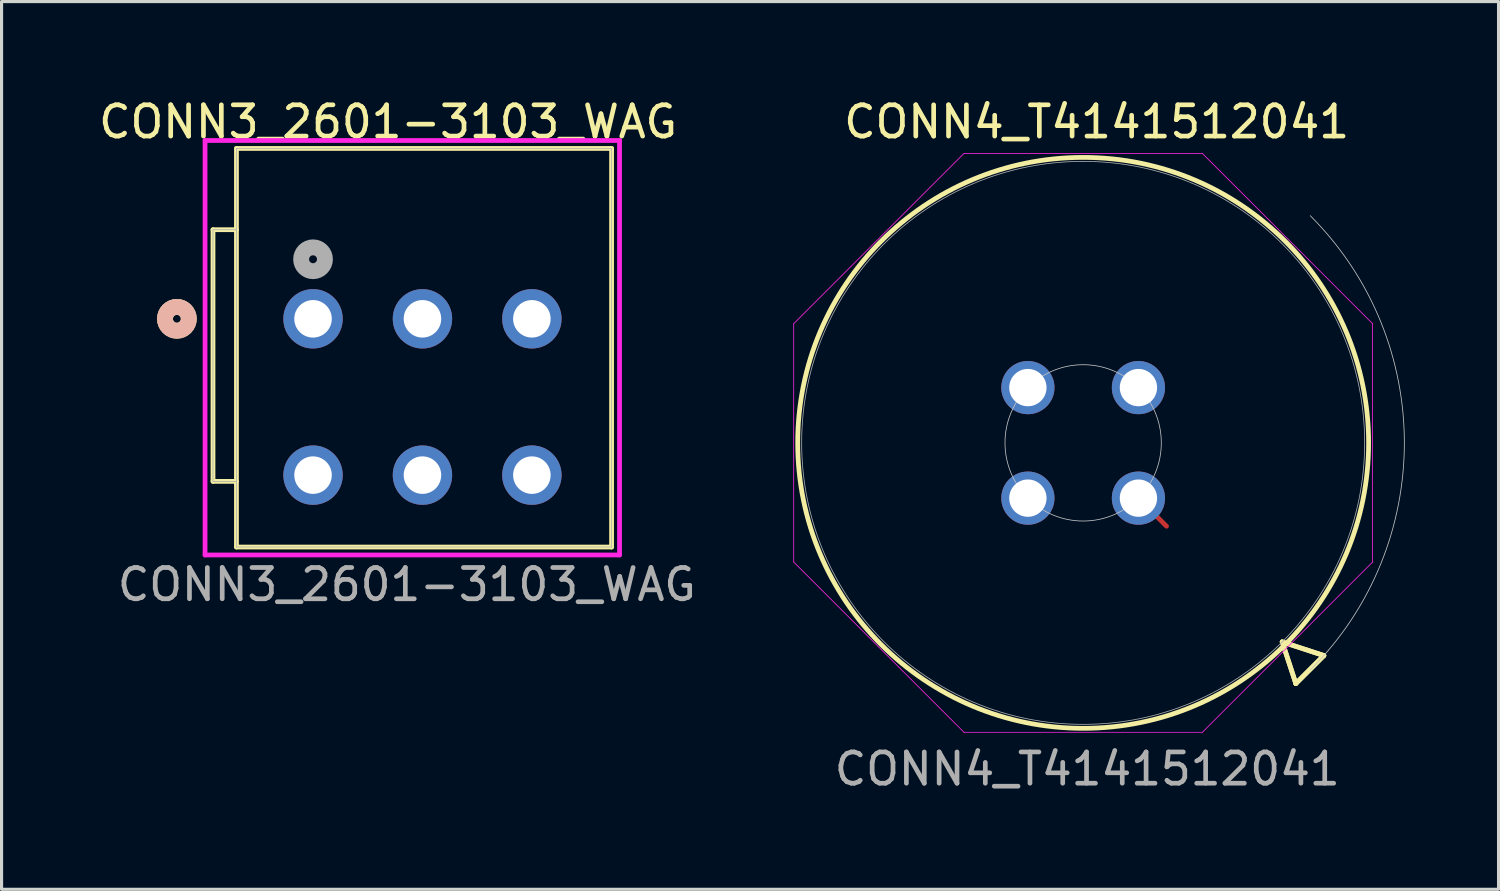
<source format=kicad_pcb>
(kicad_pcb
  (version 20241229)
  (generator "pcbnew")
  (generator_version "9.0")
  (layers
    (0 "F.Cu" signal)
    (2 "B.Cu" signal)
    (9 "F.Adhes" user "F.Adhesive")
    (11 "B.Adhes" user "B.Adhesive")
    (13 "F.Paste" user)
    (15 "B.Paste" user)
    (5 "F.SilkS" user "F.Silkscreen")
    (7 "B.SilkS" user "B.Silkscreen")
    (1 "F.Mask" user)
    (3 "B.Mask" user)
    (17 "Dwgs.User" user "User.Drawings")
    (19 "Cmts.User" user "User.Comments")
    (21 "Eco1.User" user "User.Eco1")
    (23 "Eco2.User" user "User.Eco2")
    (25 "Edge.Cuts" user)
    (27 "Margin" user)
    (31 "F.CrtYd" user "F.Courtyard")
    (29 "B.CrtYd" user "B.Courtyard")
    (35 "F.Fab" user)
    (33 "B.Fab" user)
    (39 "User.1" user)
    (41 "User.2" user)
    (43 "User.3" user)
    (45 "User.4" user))
  (footprint "CONN3_2601-3103_WAG"
    (layer "F.Cu")
    (at 6.963 7.148)
    (property "Reference" "CONN3_2601-3103_WAG" (at 2.4 -6.3 0) (unlocked yes) (layer "F.SilkS") (effects (font (size 1 1) (thickness 0.15))))
    (attr through_hole)
    (fp_line (start -3.2 5.2) (end -3.2 -2.85) (stroke (width 0.152) (type solid)) (layer "F.SilkS"))
    (fp_line (start -2.45 -5.45) (end 9.55 -5.45) (stroke (width 0.152) (type solid)) (layer "F.SilkS"))
    (fp_line (start -2.45 7.3) (end -2.45 -5.45) (stroke (width 0.152) (type solid)) (layer "F.SilkS"))
    (fp_line (start -2.45 7.3) (end 9.55 7.3) (stroke (width 0.152) (type solid)) (layer "F.SilkS"))
    (fp_line (start -2.45 -2.85) (end -3.2 -2.85) (stroke (width 0.152) (type solid)) (layer "F.SilkS"))
    (fp_line (start -2.45 5.2) (end -3.2 5.2) (stroke (width 0.152) (type solid)) (layer "F.SilkS"))
    (fp_line (start 9.55 -5.45) (end 9.55 7.3) (stroke (width 0.152) (type solid)) (layer "F.SilkS"))
    (fp_circle (center -4.355 0) (end -3.974 0) (stroke (width 0.508) (type solid)) (fill no) (layer "F.SilkS"))
    (fp_circle (center -4.355 0) (end -3.974 0) (stroke (width 0.508) (type solid)) (fill no) (layer "B.SilkS"))
    (fp_line (start -3.454 -5.704) (end -3.454 7.554) (stroke (width 0.152) (type solid)) (layer "F.CrtYd"))
    (fp_line (start -3.454 7.554) (end 9.804 7.554) (stroke (width 0.152) (type solid)) (layer "F.CrtYd"))
    (fp_line (start 9.804 -5.704) (end -3.454 -5.704) (stroke (width 0.152) (type solid)) (layer "F.CrtYd"))
    (fp_line (start 9.804 7.554) (end 9.804 -5.704) (stroke (width 0.152) (type solid)) (layer "F.CrtYd"))
    (fp_line (start -3.2 5.2) (end -3.2 -2.85) (stroke (width 0.025) (type solid)) (layer "F.Fab"))
    (fp_line (start -2.45 -5.45) (end 9.55 -5.45) (stroke (width 0.025) (type solid)) (layer "F.Fab"))
    (fp_line (start -2.45 7.3) (end -2.45 -5.45) (stroke (width 0.025) (type solid)) (layer "F.Fab"))
    (fp_line (start -2.45 7.3) (end 9.55 7.3) (stroke (width 0.025) (type solid)) (layer "F.Fab"))
    (fp_line (start -2.45 -2.85) (end -3.2 -2.85) (stroke (width 0.025) (type solid)) (layer "F.Fab"))
    (fp_line (start -2.45 5.2) (end -3.2 5.2) (stroke (width 0.025) (type solid)) (layer "F.Fab"))
    (fp_line (start 9.55 -5.45) (end 9.55 7.3) (stroke (width 0.025) (type solid)) (layer "F.Fab"))
    (fp_circle (center 0 -1.905) (end 0.381 -1.905) (stroke (width 0.508) (type solid)) (fill no) (layer "F.Fab"))
    (fp_text user "${REFERENCE}" (at 3 8.5 0) (unlocked yes) (layer "F.Fab") (effects (font (size 1 1) (thickness 0.15))))
    (pad "1" thru_hole circle (at 0 0) (size 1.9 1.9) (drill 1.2) (layers "*.Cu" "*.Mask"))
    (pad "2" thru_hole circle (at 0 5) (size 1.9 1.9) (drill 1.2) (layers "*.Cu" "*.Mask"))
    (pad "3" thru_hole circle (at 3.5 0) (size 1.9 1.9) (drill 1.2) (layers "*.Cu" "*.Mask"))
    (pad "4" thru_hole circle (at 3.5 5) (size 1.9 1.9) (drill 1.2) (layers "*.Cu" "*.Mask"))
    (pad "5" thru_hole circle (at 7 0) (size 1.9 1.9) (drill 1.2) (layers "*.Cu" "*.Mask"))
    (pad "6" thru_hole circle (at 7 5) (size 1.9 1.9) (drill 1.2) (layers "*.Cu" "*.Mask")))
  (footprint "CONN4_T4141512041"
    (layer "F.Cu")
    (at 29.829 9.348)
    (property "Reference" "CONN4_T4141512041" (at 2.2 -8.5 0) (unlocked yes) (layer "F.SilkS") (effects (font (size 1 1) (thickness 0.15))))
    (attr through_hole)
    (fp_line (start 3.536 3.536) (end 4.434 4.434) (stroke (width 0.152) (type solid)) (layer "F.Cu"))
    (fp_line (start 8.135 8.135) (end 9.467 8.571) (stroke (width 0.152) (type solid)) (layer "F.SilkS"))
    (fp_line (start 8.135 8.135) (end 9.467 8.571) (stroke (width 0.152) (type solid)) (layer "F.SilkS"))
    (fp_line (start 8.571 9.467) (end 8.135 8.135) (stroke (width 0.152) (type solid)) (layer "F.SilkS"))
    (fp_line (start 8.571 9.467) (end 8.135 8.135) (stroke (width 0.152) (type solid)) (layer "F.SilkS"))
    (fp_line (start 9.467 8.571) (end 8.571 9.467) (stroke (width 0.152) (type solid)) (layer "F.SilkS"))
    (fp_line (start 9.467 8.571) (end 8.571 9.467) (stroke (width 0.152) (type solid)) (layer "F.SilkS"))
    (fp_circle (center 1.768 1.768) (end 10.899 1.768) (stroke (width 0.152) (type solid)) (fill no) (layer "F.SilkS"))
    (fp_arc (start 9.032794 -5.49726) (mid 12.042067 1.767767) (end 9.032794 9.032794) (stroke (width 0.0254) (type solid)) (layer "Dwgs.User"))
    (fp_circle (center 1.768 1.768) (end 4.268 1.768) (stroke (width 0.025) (type solid)) (fill no) (layer "Dwgs.User"))
    (fp_line (start -7.491 -2.044) (end -2.044 -7.491) (stroke (width 0.025) (type solid)) (layer "F.CrtYd"))
    (fp_line (start -7.491 5.58) (end -7.491 -2.044) (stroke (width 0.025) (type solid)) (layer "F.CrtYd"))
    (fp_line (start -2.044 -7.491) (end 5.58 -7.491) (stroke (width 0.025) (type solid)) (layer "F.CrtYd"))
    (fp_line (start -2.044 11.026) (end -7.491 5.58) (stroke (width 0.025) (type solid)) (layer "F.CrtYd"))
    (fp_line (start 5.58 -7.491) (end 11.026 -2.044) (stroke (width 0.025) (type solid)) (layer "F.CrtYd"))
    (fp_line (start 5.58 11.026) (end -2.044 11.026) (stroke (width 0.025) (type solid)) (layer "F.CrtYd"))
    (fp_line (start 11.026 -2.044) (end 11.026 5.58) (stroke (width 0.025) (type solid)) (layer "F.CrtYd"))
    (fp_line (start 11.026 5.58) (end 5.58 11.026) (stroke (width 0.025) (type solid)) (layer "F.CrtYd"))
    (fp_circle (center 1.768 1.768) (end 10.772 1.768) (stroke (width 0.025) (type solid)) (fill no) (layer "F.Fab"))
    (fp_text user "${REFERENCE}" (at 1.9 12.2 0) (unlocked yes) (layer "F.Fab") (effects (font (size 1 1) (thickness 0.15))))
    (pad "1" thru_hole circle (at 3.536 3.536) (size 1.702 1.702) (drill 1.194) (layers "*.Cu" "*.Mask"))
    (pad "2" thru_hole circle (at 3.536 0 90) (size 1.702 1.702) (drill 1.194) (layers "*.Cu" "*.Mask"))
    (pad "3" thru_hole circle (at 0 0) (size 1.702 1.702) (drill 1.194) (layers "*.Cu" "*.Mask"))
    (pad "4" thru_hole circle (at 0 3.536 90) (size 1.702 1.702) (drill 1.194) (layers "*.Cu" "*.Mask")))
  (gr_rect
    (start -3 -3)
    (end 44.884 25.396)
    (stroke (width 0.1) (type default))
    (fill no)
    (layer "Edge.Cuts")))
</source>
